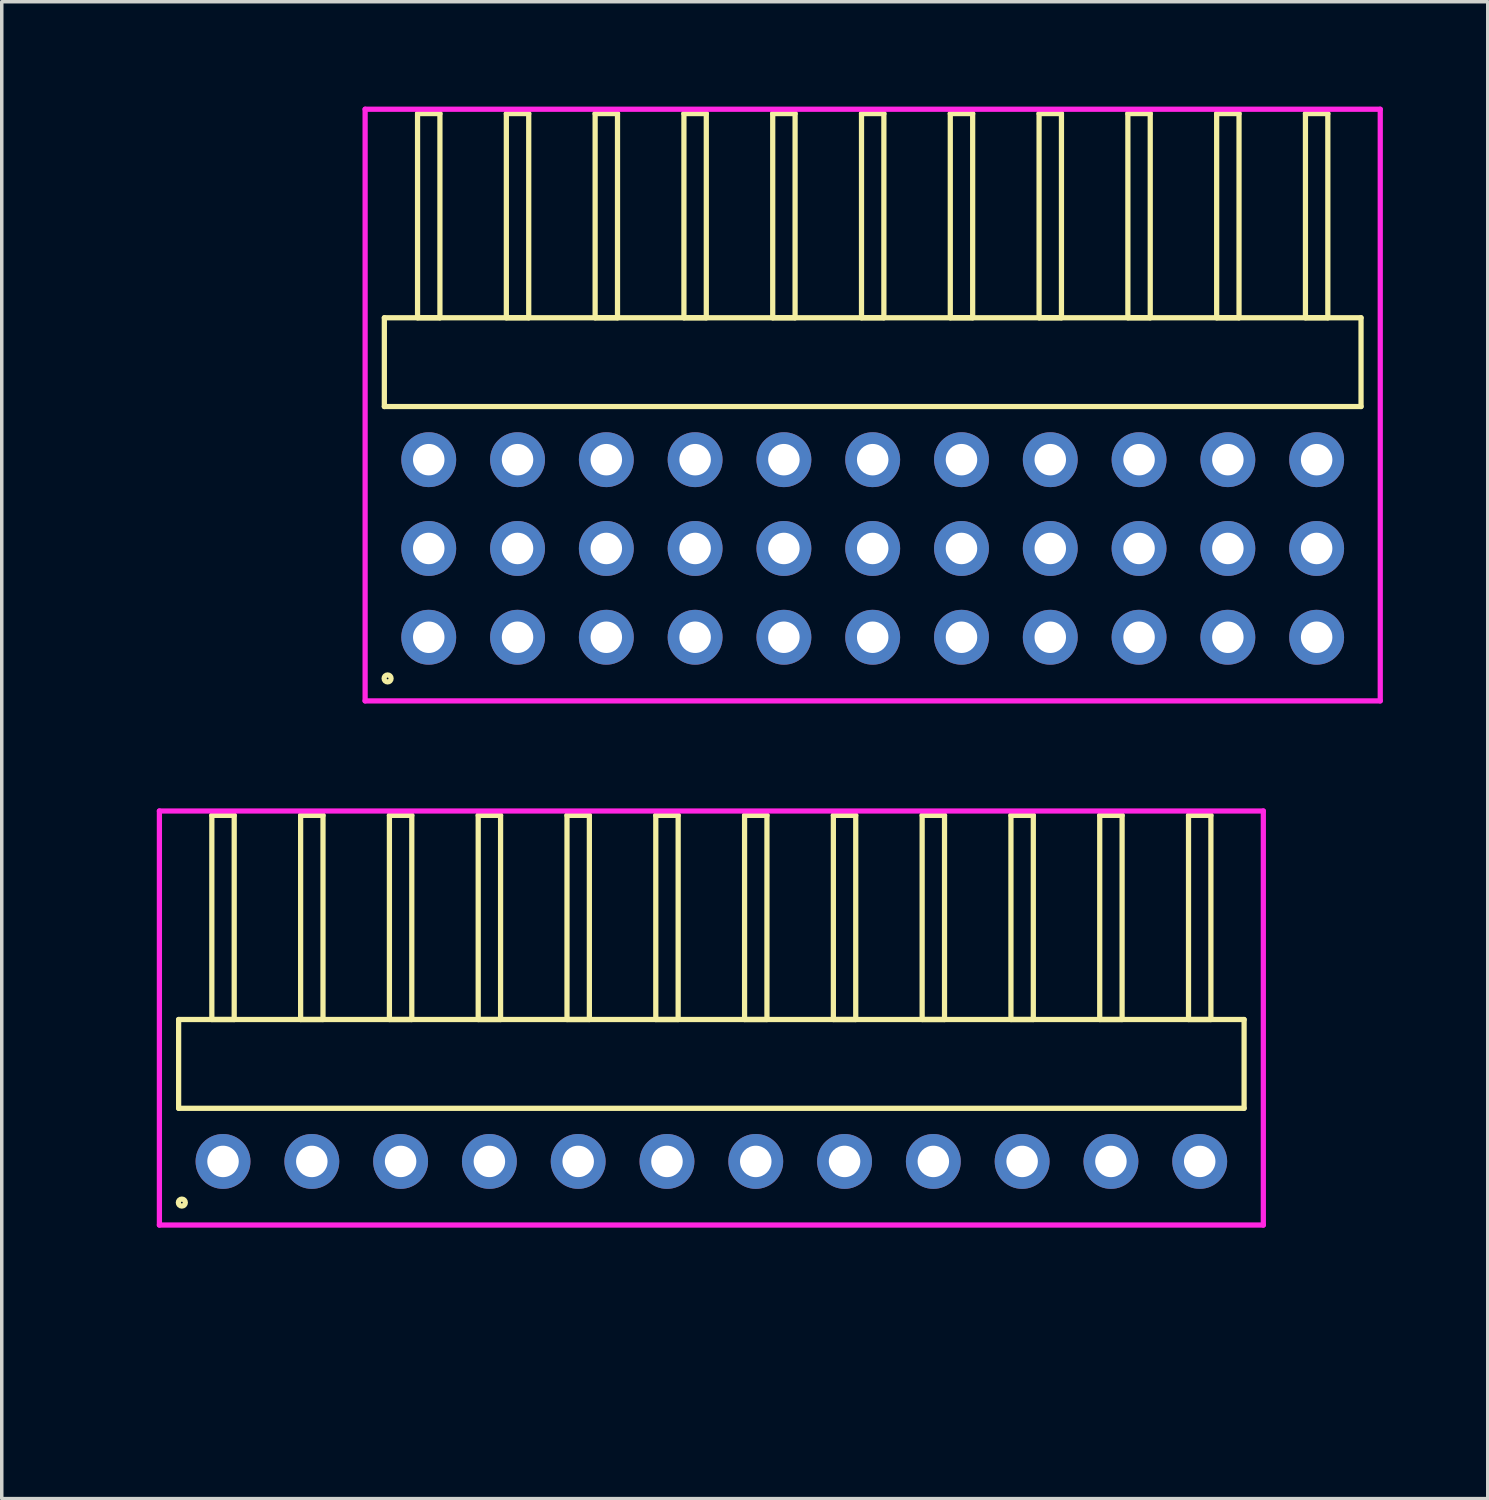
<source format=kicad_pcb>
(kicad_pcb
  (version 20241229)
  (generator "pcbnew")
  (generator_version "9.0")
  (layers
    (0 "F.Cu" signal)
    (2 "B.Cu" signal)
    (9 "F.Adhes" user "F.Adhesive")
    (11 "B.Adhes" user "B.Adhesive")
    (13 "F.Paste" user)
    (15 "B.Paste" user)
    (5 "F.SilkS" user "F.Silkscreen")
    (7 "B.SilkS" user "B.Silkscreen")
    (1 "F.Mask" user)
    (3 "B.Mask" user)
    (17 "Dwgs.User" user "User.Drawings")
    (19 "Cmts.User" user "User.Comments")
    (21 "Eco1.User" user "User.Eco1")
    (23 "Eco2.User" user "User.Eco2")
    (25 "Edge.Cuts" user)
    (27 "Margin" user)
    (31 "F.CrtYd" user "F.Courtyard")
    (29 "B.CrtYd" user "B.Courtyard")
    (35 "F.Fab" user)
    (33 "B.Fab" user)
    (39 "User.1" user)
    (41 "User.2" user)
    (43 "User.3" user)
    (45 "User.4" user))
  (footprint "HDR_RA254P12x1"
    (layer "F.Cu")
    (at 17.3 30.175)
    (property "Reference" "HDR_RA254P12x1" (at -16.54 0 90) (layer "User.1") (effects (font (size 1 1) (thickness 0.1))))
    (attr through_hole)
    (fp_line (start -15.24 -4.06) (end -15.24 -1.52) (stroke (width 0.15) (type solid)) (layer "F.SilkS"))
    (fp_line (start -15.24 -1.52) (end 15.24 -1.52) (stroke (width 0.15) (type solid)) (layer "F.SilkS"))
    (fp_line (start -14.29 -9.9) (end -14.29 -4.06) (stroke (width 0.15) (type solid)) (layer "F.SilkS"))
    (fp_line (start -14.29 -4.06) (end -13.65 -4.06) (stroke (width 0.15) (type solid)) (layer "F.SilkS"))
    (fp_line (start -13.65 -9.9) (end -14.29 -9.9) (stroke (width 0.15) (type solid)) (layer "F.SilkS"))
    (fp_line (start -13.65 -4.06) (end -13.65 -9.9) (stroke (width 0.15) (type solid)) (layer "F.SilkS"))
    (fp_line (start -11.75 -9.9) (end -11.75 -4.06) (stroke (width 0.15) (type solid)) (layer "F.SilkS"))
    (fp_line (start -11.75 -4.06) (end -11.11 -4.06) (stroke (width 0.15) (type solid)) (layer "F.SilkS"))
    (fp_line (start -11.11 -9.9) (end -11.75 -9.9) (stroke (width 0.15) (type solid)) (layer "F.SilkS"))
    (fp_line (start -11.11 -4.06) (end -11.11 -9.9) (stroke (width 0.15) (type solid)) (layer "F.SilkS"))
    (fp_line (start -9.21 -9.9) (end -9.21 -4.06) (stroke (width 0.15) (type solid)) (layer "F.SilkS"))
    (fp_line (start -9.21 -4.06) (end -8.57 -4.06) (stroke (width 0.15) (type solid)) (layer "F.SilkS"))
    (fp_line (start -8.57 -9.9) (end -9.21 -9.9) (stroke (width 0.15) (type solid)) (layer "F.SilkS"))
    (fp_line (start -8.57 -4.06) (end -8.57 -9.9) (stroke (width 0.15) (type solid)) (layer "F.SilkS"))
    (fp_line (start -6.67 -9.9) (end -6.67 -4.06) (stroke (width 0.15) (type solid)) (layer "F.SilkS"))
    (fp_line (start -6.67 -4.06) (end -6.03 -4.06) (stroke (width 0.15) (type solid)) (layer "F.SilkS"))
    (fp_line (start -6.03 -9.9) (end -6.67 -9.9) (stroke (width 0.15) (type solid)) (layer "F.SilkS"))
    (fp_line (start -6.03 -4.06) (end -6.03 -9.9) (stroke (width 0.15) (type solid)) (layer "F.SilkS"))
    (fp_line (start -4.13 -9.9) (end -4.13 -4.06) (stroke (width 0.15) (type solid)) (layer "F.SilkS"))
    (fp_line (start -4.13 -4.06) (end -3.49 -4.06) (stroke (width 0.15) (type solid)) (layer "F.SilkS"))
    (fp_line (start -3.49 -9.9) (end -4.13 -9.9) (stroke (width 0.15) (type solid)) (layer "F.SilkS"))
    (fp_line (start -3.49 -4.06) (end -3.49 -9.9) (stroke (width 0.15) (type solid)) (layer "F.SilkS"))
    (fp_line (start -1.59 -9.9) (end -1.59 -4.06) (stroke (width 0.15) (type solid)) (layer "F.SilkS"))
    (fp_line (start -1.59 -4.06) (end -0.95 -4.06) (stroke (width 0.15) (type solid)) (layer "F.SilkS"))
    (fp_line (start -0.95 -9.9) (end -1.59 -9.9) (stroke (width 0.15) (type solid)) (layer "F.SilkS"))
    (fp_line (start -0.95 -4.06) (end -0.95 -9.9) (stroke (width 0.15) (type solid)) (layer "F.SilkS"))
    (fp_line (start 0.95 -9.9) (end 0.95 -4.06) (stroke (width 0.15) (type solid)) (layer "F.SilkS"))
    (fp_line (start 0.95 -4.06) (end 1.59 -4.06) (stroke (width 0.15) (type solid)) (layer "F.SilkS"))
    (fp_line (start 1.59 -9.9) (end 0.95 -9.9) (stroke (width 0.15) (type solid)) (layer "F.SilkS"))
    (fp_line (start 1.59 -4.06) (end 1.59 -9.9) (stroke (width 0.15) (type solid)) (layer "F.SilkS"))
    (fp_line (start 3.49 -9.9) (end 3.49 -4.06) (stroke (width 0.15) (type solid)) (layer "F.SilkS"))
    (fp_line (start 3.49 -4.06) (end 4.13 -4.06) (stroke (width 0.15) (type solid)) (layer "F.SilkS"))
    (fp_line (start 4.13 -9.9) (end 3.49 -9.9) (stroke (width 0.15) (type solid)) (layer "F.SilkS"))
    (fp_line (start 4.13 -4.06) (end 4.13 -9.9) (stroke (width 0.15) (type solid)) (layer "F.SilkS"))
    (fp_line (start 6.03 -9.9) (end 6.03 -4.06) (stroke (width 0.15) (type solid)) (layer "F.SilkS"))
    (fp_line (start 6.03 -4.06) (end 6.67 -4.06) (stroke (width 0.15) (type solid)) (layer "F.SilkS"))
    (fp_line (start 6.67 -9.9) (end 6.03 -9.9) (stroke (width 0.15) (type solid)) (layer "F.SilkS"))
    (fp_line (start 6.67 -4.06) (end 6.67 -9.9) (stroke (width 0.15) (type solid)) (layer "F.SilkS"))
    (fp_line (start 8.57 -9.9) (end 8.57 -4.06) (stroke (width 0.15) (type solid)) (layer "F.SilkS"))
    (fp_line (start 8.57 -4.06) (end 9.21 -4.06) (stroke (width 0.15) (type solid)) (layer "F.SilkS"))
    (fp_line (start 9.21 -9.9) (end 8.57 -9.9) (stroke (width 0.15) (type solid)) (layer "F.SilkS"))
    (fp_line (start 9.21 -4.06) (end 9.21 -9.9) (stroke (width 0.15) (type solid)) (layer "F.SilkS"))
    (fp_line (start 11.11 -9.9) (end 11.11 -4.06) (stroke (width 0.15) (type solid)) (layer "F.SilkS"))
    (fp_line (start 11.11 -4.06) (end 11.75 -4.06) (stroke (width 0.15) (type solid)) (layer "F.SilkS"))
    (fp_line (start 11.75 -9.9) (end 11.11 -9.9) (stroke (width 0.15) (type solid)) (layer "F.SilkS"))
    (fp_line (start 11.75 -4.06) (end 11.75 -9.9) (stroke (width 0.15) (type solid)) (layer "F.SilkS"))
    (fp_line (start 13.65 -9.9) (end 13.65 -4.06) (stroke (width 0.15) (type solid)) (layer "F.SilkS"))
    (fp_line (start 13.65 -4.06) (end 14.29 -4.06) (stroke (width 0.15) (type solid)) (layer "F.SilkS"))
    (fp_line (start 14.29 -9.9) (end 13.65 -9.9) (stroke (width 0.15) (type solid)) (layer "F.SilkS"))
    (fp_line (start 14.29 -4.06) (end 14.29 -9.9) (stroke (width 0.15) (type solid)) (layer "F.SilkS"))
    (fp_line (start 15.24 -4.06) (end -15.24 -4.06) (stroke (width 0.15) (type solid)) (layer "F.SilkS"))
    (fp_line (start 15.24 -1.52) (end 15.24 -4.06) (stroke (width 0.15) (type solid)) (layer "F.SilkS"))
    (fp_circle (center -15.148 1.177) (end -15.048 1.177) (stroke (width 0.15) (type solid)) (fill no) (layer "F.SilkS"))
    (fp_line (start -15.79 -10.025) (end -15.79 1.82) (stroke (width 0.15) (type solid)) (layer "F.CrtYd"))
    (fp_line (start -15.79 1.82) (end 15.79 1.82) (stroke (width 0.15) (type solid)) (layer "F.CrtYd"))
    (fp_line (start 15.79 -10.025) (end -15.79 -10.025) (stroke (width 0.15) (type solid)) (layer "F.CrtYd"))
    (fp_line (start 15.79 1.82) (end 15.79 -10.025) (stroke (width 0.15) (type solid)) (layer "F.CrtYd"))
    (pad "1" thru_hole oval (at -13.97 0) (size 1.57 1.57) (drill 0.9) (layers "*.Cu" "*.Mask"))
    (pad "2" thru_hole oval (at -11.43 0) (size 1.57 1.57) (drill 0.9) (layers "*.Cu" "*.Mask"))
    (pad "3" thru_hole oval (at -8.89 0) (size 1.57 1.57) (drill 0.9) (layers "*.Cu" "*.Mask"))
    (pad "4" thru_hole oval (at -6.35 0) (size 1.57 1.57) (drill 0.9) (layers "*.Cu" "*.Mask"))
    (pad "5" thru_hole oval (at -3.81 0) (size 1.57 1.57) (drill 0.9) (layers "*.Cu" "*.Mask"))
    (pad "6" thru_hole oval (at -1.27 0) (size 1.57 1.57) (drill 0.9) (layers "*.Cu" "*.Mask"))
    (pad "7" thru_hole oval (at 1.27 0) (size 1.57 1.57) (drill 0.9) (layers "*.Cu" "*.Mask"))
    (pad "8" thru_hole oval (at 3.81 0) (size 1.57 1.57) (drill 0.9) (layers "*.Cu" "*.Mask"))
    (pad "9" thru_hole oval (at 6.35 0) (size 1.57 1.57) (drill 0.9) (layers "*.Cu" "*.Mask"))
    (pad "10" thru_hole oval (at 8.89 0) (size 1.57 1.57) (drill 0.9) (layers "*.Cu" "*.Mask"))
    (pad "11" thru_hole oval (at 11.43 0) (size 1.57 1.57) (drill 0.9) (layers "*.Cu" "*.Mask"))
    (pad "12" thru_hole oval (at 13.97 0) (size 1.57 1.57) (drill 0.9) (layers "*.Cu" "*.Mask")))
  (footprint "HDR_RA254P11x3"
    (layer "F.Cu")
    (at 21.915 12.64)
    (property "Reference" "HDR_RA254P11x3" (at -15.27 0 0) (layer "User.1") (effects (font (size 1 1) (thickness 0.1))))
    (attr through_hole)
    (fp_line (start -13.97 -6.6) (end -13.97 -4.06) (stroke (width 0.15) (type solid)) (layer "F.SilkS"))
    (fp_line (start -13.97 -4.06) (end 13.97 -4.06) (stroke (width 0.15) (type solid)) (layer "F.SilkS"))
    (fp_line (start -13.02 -12.44) (end -13.02 -6.6) (stroke (width 0.15) (type solid)) (layer "F.SilkS"))
    (fp_line (start -13.02 -6.6) (end -12.38 -6.6) (stroke (width 0.15) (type solid)) (layer "F.SilkS"))
    (fp_line (start -12.38 -12.44) (end -13.02 -12.44) (stroke (width 0.15) (type solid)) (layer "F.SilkS"))
    (fp_line (start -12.38 -6.6) (end -12.38 -12.44) (stroke (width 0.15) (type solid)) (layer "F.SilkS"))
    (fp_line (start -10.48 -12.44) (end -10.48 -6.6) (stroke (width 0.15) (type solid)) (layer "F.SilkS"))
    (fp_line (start -10.48 -6.6) (end -9.84 -6.6) (stroke (width 0.15) (type solid)) (layer "F.SilkS"))
    (fp_line (start -9.84 -12.44) (end -10.48 -12.44) (stroke (width 0.15) (type solid)) (layer "F.SilkS"))
    (fp_line (start -9.84 -6.6) (end -9.84 -12.44) (stroke (width 0.15) (type solid)) (layer "F.SilkS"))
    (fp_line (start -7.94 -12.44) (end -7.94 -6.6) (stroke (width 0.15) (type solid)) (layer "F.SilkS"))
    (fp_line (start -7.94 -6.6) (end -7.3 -6.6) (stroke (width 0.15) (type solid)) (layer "F.SilkS"))
    (fp_line (start -7.3 -12.44) (end -7.94 -12.44) (stroke (width 0.15) (type solid)) (layer "F.SilkS"))
    (fp_line (start -7.3 -6.6) (end -7.3 -12.44) (stroke (width 0.15) (type solid)) (layer "F.SilkS"))
    (fp_line (start -5.4 -12.44) (end -5.4 -6.6) (stroke (width 0.15) (type solid)) (layer "F.SilkS"))
    (fp_line (start -5.4 -6.6) (end -4.76 -6.6) (stroke (width 0.15) (type solid)) (layer "F.SilkS"))
    (fp_line (start -4.76 -12.44) (end -5.4 -12.44) (stroke (width 0.15) (type solid)) (layer "F.SilkS"))
    (fp_line (start -4.76 -6.6) (end -4.76 -12.44) (stroke (width 0.15) (type solid)) (layer "F.SilkS"))
    (fp_line (start -2.86 -12.44) (end -2.86 -6.6) (stroke (width 0.15) (type solid)) (layer "F.SilkS"))
    (fp_line (start -2.86 -6.6) (end -2.22 -6.6) (stroke (width 0.15) (type solid)) (layer "F.SilkS"))
    (fp_line (start -2.22 -12.44) (end -2.86 -12.44) (stroke (width 0.15) (type solid)) (layer "F.SilkS"))
    (fp_line (start -2.22 -6.6) (end -2.22 -12.44) (stroke (width 0.15) (type solid)) (layer "F.SilkS"))
    (fp_line (start -0.32 -12.44) (end -0.32 -6.6) (stroke (width 0.15) (type solid)) (layer "F.SilkS"))
    (fp_line (start -0.32 -6.6) (end 0.32 -6.6) (stroke (width 0.15) (type solid)) (layer "F.SilkS"))
    (fp_line (start 0.32 -12.44) (end -0.32 -12.44) (stroke (width 0.15) (type solid)) (layer "F.SilkS"))
    (fp_line (start 0.32 -6.6) (end 0.32 -12.44) (stroke (width 0.15) (type solid)) (layer "F.SilkS"))
    (fp_line (start 2.22 -12.44) (end 2.22 -6.6) (stroke (width 0.15) (type solid)) (layer "F.SilkS"))
    (fp_line (start 2.22 -6.6) (end 2.86 -6.6) (stroke (width 0.15) (type solid)) (layer "F.SilkS"))
    (fp_line (start 2.86 -12.44) (end 2.22 -12.44) (stroke (width 0.15) (type solid)) (layer "F.SilkS"))
    (fp_line (start 2.86 -6.6) (end 2.86 -12.44) (stroke (width 0.15) (type solid)) (layer "F.SilkS"))
    (fp_line (start 4.76 -12.44) (end 4.76 -6.6) (stroke (width 0.15) (type solid)) (layer "F.SilkS"))
    (fp_line (start 4.76 -6.6) (end 5.4 -6.6) (stroke (width 0.15) (type solid)) (layer "F.SilkS"))
    (fp_line (start 5.4 -12.44) (end 4.76 -12.44) (stroke (width 0.15) (type solid)) (layer "F.SilkS"))
    (fp_line (start 5.4 -6.6) (end 5.4 -12.44) (stroke (width 0.15) (type solid)) (layer "F.SilkS"))
    (fp_line (start 7.3 -12.44) (end 7.3 -6.6) (stroke (width 0.15) (type solid)) (layer "F.SilkS"))
    (fp_line (start 7.3 -6.6) (end 7.94 -6.6) (stroke (width 0.15) (type solid)) (layer "F.SilkS"))
    (fp_line (start 7.94 -12.44) (end 7.3 -12.44) (stroke (width 0.15) (type solid)) (layer "F.SilkS"))
    (fp_line (start 7.94 -6.6) (end 7.94 -12.44) (stroke (width 0.15) (type solid)) (layer "F.SilkS"))
    (fp_line (start 9.84 -12.44) (end 9.84 -6.6) (stroke (width 0.15) (type solid)) (layer "F.SilkS"))
    (fp_line (start 9.84 -6.6) (end 10.48 -6.6) (stroke (width 0.15) (type solid)) (layer "F.SilkS"))
    (fp_line (start 10.48 -12.44) (end 9.84 -12.44) (stroke (width 0.15) (type solid)) (layer "F.SilkS"))
    (fp_line (start 10.48 -6.6) (end 10.48 -12.44) (stroke (width 0.15) (type solid)) (layer "F.SilkS"))
    (fp_line (start 12.38 -12.44) (end 12.38 -6.6) (stroke (width 0.15) (type solid)) (layer "F.SilkS"))
    (fp_line (start 12.38 -6.6) (end 13.02 -6.6) (stroke (width 0.15) (type solid)) (layer "F.SilkS"))
    (fp_line (start 13.02 -12.44) (end 12.38 -12.44) (stroke (width 0.15) (type solid)) (layer "F.SilkS"))
    (fp_line (start 13.02 -6.6) (end 13.02 -12.44) (stroke (width 0.15) (type solid)) (layer "F.SilkS"))
    (fp_line (start 13.97 -6.6) (end -13.97 -6.6) (stroke (width 0.15) (type solid)) (layer "F.SilkS"))
    (fp_line (start 13.97 -4.06) (end 13.97 -6.6) (stroke (width 0.15) (type solid)) (layer "F.SilkS"))
    (fp_circle (center -13.877 3.718) (end -13.777 3.718) (stroke (width 0.15) (type solid)) (fill no) (layer "F.SilkS"))
    (fp_line (start -14.52 -12.565) (end -14.52 4.36) (stroke (width 0.15) (type solid)) (layer "F.CrtYd"))
    (fp_line (start -14.52 4.36) (end 14.52 4.36) (stroke (width 0.15) (type solid)) (layer "F.CrtYd"))
    (fp_line (start 14.52 -12.565) (end -14.52 -12.565) (stroke (width 0.15) (type solid)) (layer "F.CrtYd"))
    (fp_line (start 14.52 4.36) (end 14.52 -12.565) (stroke (width 0.15) (type solid)) (layer "F.CrtYd"))
    (pad "1" thru_hole oval (at -12.7 2.54) (size 1.57 1.57) (drill 0.9) (layers "*.Cu" "*.Mask"))
    (pad "2" thru_hole oval (at -12.7 0) (size 1.57 1.57) (drill 0.9) (layers "*.Cu" "*.Mask"))
    (pad "3" thru_hole oval (at -12.7 -2.54) (size 1.57 1.57) (drill 0.9) (layers "*.Cu" "*.Mask"))
    (pad "4" thru_hole oval (at -10.16 2.54) (size 1.57 1.57) (drill 0.9) (layers "*.Cu" "*.Mask"))
    (pad "5" thru_hole oval (at -10.16 0) (size 1.57 1.57) (drill 0.9) (layers "*.Cu" "*.Mask"))
    (pad "6" thru_hole oval (at -10.16 -2.54) (size 1.57 1.57) (drill 0.9) (layers "*.Cu" "*.Mask"))
    (pad "7" thru_hole oval (at -7.62 2.54) (size 1.57 1.57) (drill 0.9) (layers "*.Cu" "*.Mask"))
    (pad "8" thru_hole oval (at -7.62 0) (size 1.57 1.57) (drill 0.9) (layers "*.Cu" "*.Mask"))
    (pad "9" thru_hole oval (at -7.62 -2.54) (size 1.57 1.57) (drill 0.9) (layers "*.Cu" "*.Mask"))
    (pad "10" thru_hole oval (at -5.08 2.54) (size 1.57 1.57) (drill 0.9) (layers "*.Cu" "*.Mask"))
    (pad "11" thru_hole oval (at -5.08 0) (size 1.57 1.57) (drill 0.9) (layers "*.Cu" "*.Mask"))
    (pad "12" thru_hole oval (at -5.08 -2.54) (size 1.57 1.57) (drill 0.9) (layers "*.Cu" "*.Mask"))
    (pad "13" thru_hole oval (at -2.54 2.54) (size 1.57 1.57) (drill 0.9) (layers "*.Cu" "*.Mask"))
    (pad "14" thru_hole oval (at -2.54 0) (size 1.57 1.57) (drill 0.9) (layers "*.Cu" "*.Mask"))
    (pad "15" thru_hole oval (at -2.54 -2.54) (size 1.57 1.57) (drill 0.9) (layers "*.Cu" "*.Mask"))
    (pad "16" thru_hole oval (at 0 2.54) (size 1.57 1.57) (drill 0.9) (layers "*.Cu" "*.Mask"))
    (pad "17" thru_hole oval (at 0 0) (size 1.57 1.57) (drill 0.9) (layers "*.Cu" "*.Mask"))
    (pad "18" thru_hole oval (at 0 -2.54) (size 1.57 1.57) (drill 0.9) (layers "*.Cu" "*.Mask"))
    (pad "19" thru_hole oval (at 2.54 2.54) (size 1.57 1.57) (drill 0.9) (layers "*.Cu" "*.Mask"))
    (pad "20" thru_hole oval (at 2.54 0) (size 1.57 1.57) (drill 0.9) (layers "*.Cu" "*.Mask"))
    (pad "21" thru_hole oval (at 2.54 -2.54) (size 1.57 1.57) (drill 0.9) (layers "*.Cu" "*.Mask"))
    (pad "22" thru_hole oval (at 5.08 2.54) (size 1.57 1.57) (drill 0.9) (layers "*.Cu" "*.Mask"))
    (pad "23" thru_hole oval (at 5.08 0) (size 1.57 1.57) (drill 0.9) (layers "*.Cu" "*.Mask"))
    (pad "24" thru_hole oval (at 5.08 -2.54) (size 1.57 1.57) (drill 0.9) (layers "*.Cu" "*.Mask"))
    (pad "25" thru_hole oval (at 7.62 2.54) (size 1.57 1.57) (drill 0.9) (layers "*.Cu" "*.Mask"))
    (pad "26" thru_hole oval (at 7.62 0) (size 1.57 1.57) (drill 0.9) (layers "*.Cu" "*.Mask"))
    (pad "27" thru_hole oval (at 7.62 -2.54) (size 1.57 1.57) (drill 0.9) (layers "*.Cu" "*.Mask"))
    (pad "28" thru_hole oval (at 10.16 2.54) (size 1.57 1.57) (drill 0.9) (layers "*.Cu" "*.Mask"))
    (pad "29" thru_hole oval (at 10.16 0) (size 1.57 1.57) (drill 0.9) (layers "*.Cu" "*.Mask"))
    (pad "30" thru_hole oval (at 10.16 -2.54) (size 1.57 1.57) (drill 0.9) (layers "*.Cu" "*.Mask"))
    (pad "31" thru_hole oval (at 12.7 2.54) (size 1.57 1.57) (drill 0.9) (layers "*.Cu" "*.Mask"))
    (pad "32" thru_hole oval (at 12.7 0) (size 1.57 1.57) (drill 0.9) (layers "*.Cu" "*.Mask"))
    (pad "33" thru_hole oval (at 12.7 -2.54) (size 1.57 1.57) (drill 0.9) (layers "*.Cu" "*.Mask")))
  (gr_rect
    (start -3 -3)
    (end 39.51 39.82)
    (stroke (width 0.1) (type default))
    (fill no)
    (layer "Edge.Cuts")))
</source>
